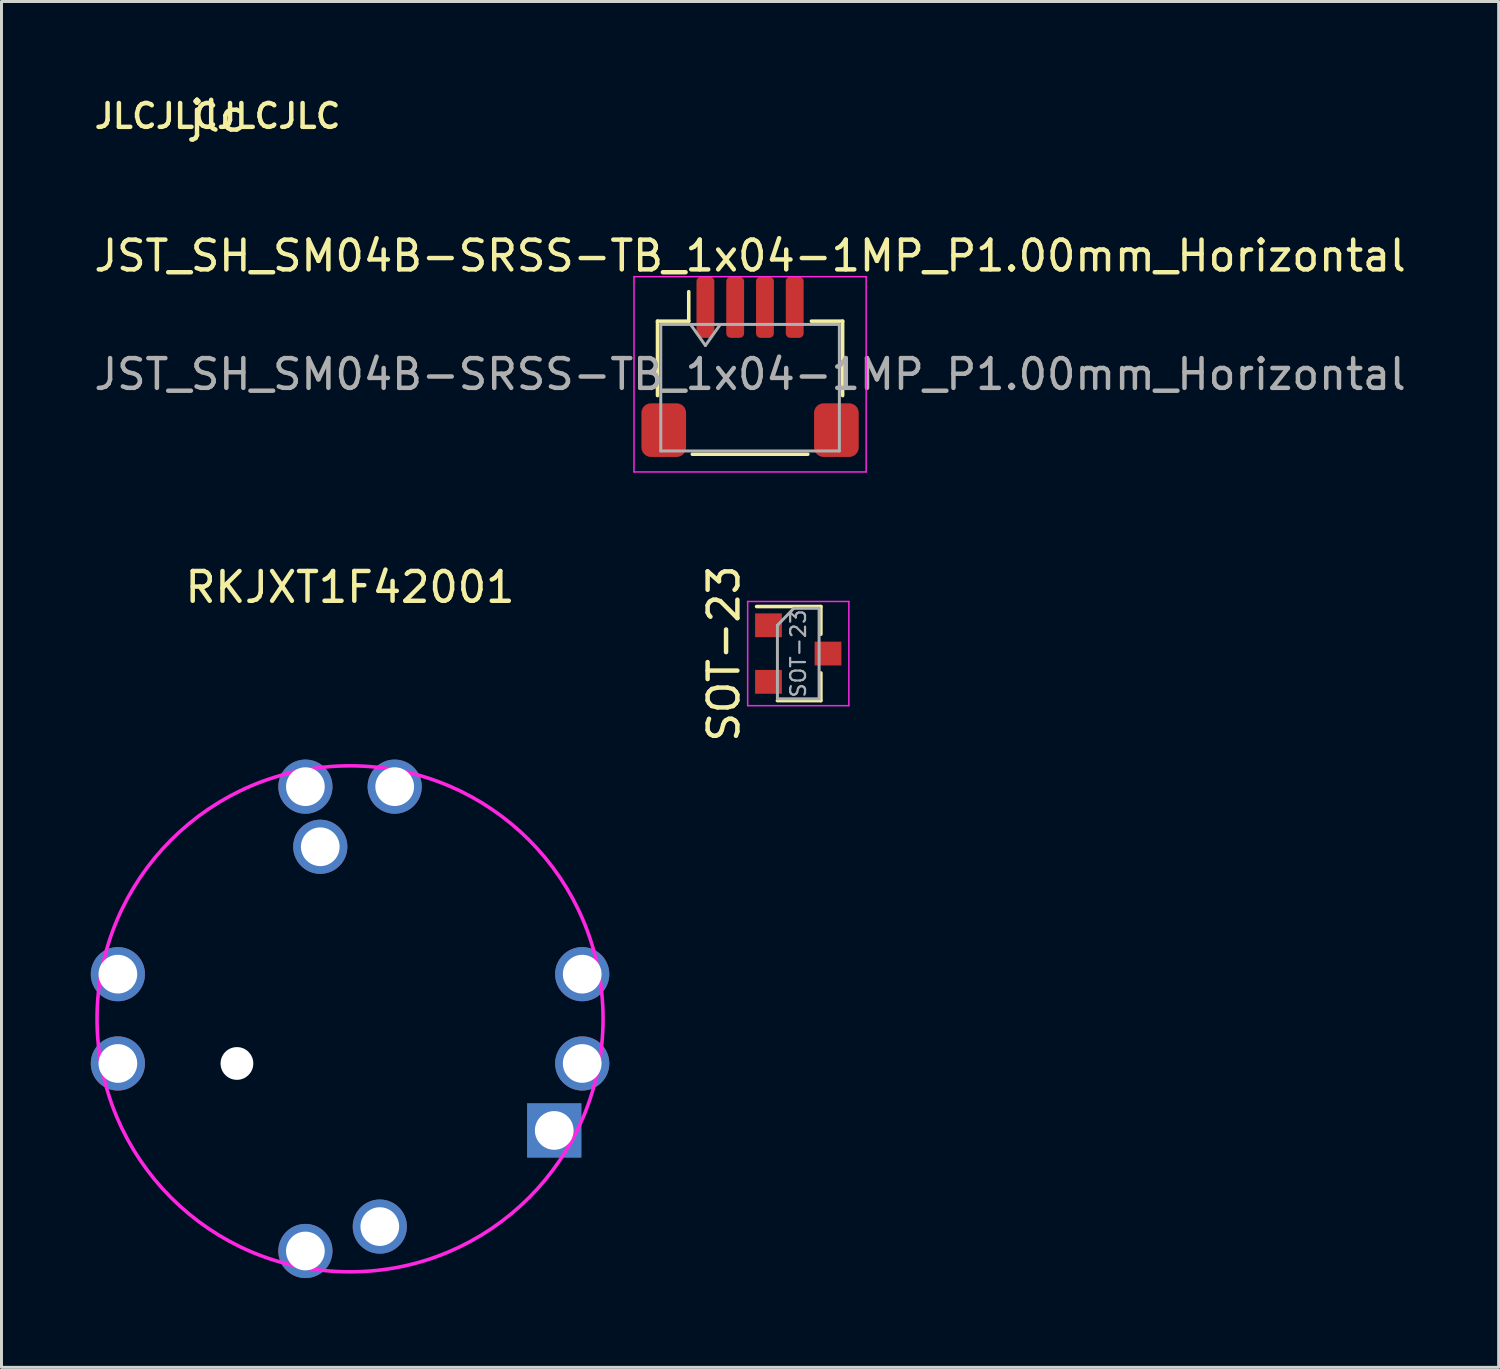
<source format=kicad_pcb>
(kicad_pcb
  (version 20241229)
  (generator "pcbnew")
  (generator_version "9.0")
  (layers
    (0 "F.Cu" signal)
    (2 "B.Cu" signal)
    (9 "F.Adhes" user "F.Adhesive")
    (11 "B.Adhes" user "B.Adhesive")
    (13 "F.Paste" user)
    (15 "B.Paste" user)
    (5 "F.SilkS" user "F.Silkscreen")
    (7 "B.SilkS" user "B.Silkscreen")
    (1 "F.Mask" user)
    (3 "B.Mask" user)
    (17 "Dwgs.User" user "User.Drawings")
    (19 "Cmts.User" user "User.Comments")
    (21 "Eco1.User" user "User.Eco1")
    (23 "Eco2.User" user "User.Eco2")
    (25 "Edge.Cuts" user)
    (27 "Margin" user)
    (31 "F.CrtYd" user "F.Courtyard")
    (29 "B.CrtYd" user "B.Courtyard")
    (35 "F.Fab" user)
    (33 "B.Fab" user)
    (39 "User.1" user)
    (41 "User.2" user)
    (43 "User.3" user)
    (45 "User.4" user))
  (footprint "jlc"
    (layer "F.Cu")
    (at 4.259 0.848)
    (property "Reference" "jlc" (at 0 0 0) (layer "F.SilkS") (effects (font (size 1 1) (thickness 0.15))))
    (attr through_hole)
    (fp_text user "JLCJLCJLCJLC" (at 0 0 0) (layer "F.SilkS") (effects (font (size 0.8 0.8) (thickness 0.15)))))
  (footprint "JST_SH_SM04B-SRSS-TB_1x04-1MP_P1.00mm_Horizontal"
    (layer "F.Cu")
    (at 22.149 9.525)
    (property "Reference" "JST_SH_SM04B-SRSS-TB_1x04-1MP_P1.00mm_Horizontal" (at 0 -3.98 0) (layer "F.SilkS") (effects (font (size 1 1) (thickness 0.15))))
    (attr smd)
    (fp_line (start -3.11 -1.785) (end -2.06 -1.785) (stroke (width 0.12) (type solid)) (layer "F.SilkS"))
    (fp_line (start -3.11 0.715) (end -3.11 -1.785) (stroke (width 0.12) (type solid)) (layer "F.SilkS"))
    (fp_line (start -2.06 -1.785) (end -2.06 -2.775) (stroke (width 0.12) (type solid)) (layer "F.SilkS"))
    (fp_line (start -1.94 2.685) (end 1.94 2.685) (stroke (width 0.12) (type solid)) (layer "F.SilkS"))
    (fp_line (start 3.11 -1.785) (end 2.06 -1.785) (stroke (width 0.12) (type solid)) (layer "F.SilkS"))
    (fp_line (start 3.11 0.715) (end 3.11 -1.785) (stroke (width 0.12) (type solid)) (layer "F.SilkS"))
    (fp_line (start -3.9 -3.28) (end -3.9 3.28) (stroke (width 0.05) (type solid)) (layer "F.CrtYd"))
    (fp_line (start -3.9 3.28) (end 3.9 3.28) (stroke (width 0.05) (type solid)) (layer "F.CrtYd"))
    (fp_line (start 3.9 -3.28) (end -3.9 -3.28) (stroke (width 0.05) (type solid)) (layer "F.CrtYd"))
    (fp_line (start 3.9 3.28) (end 3.9 -3.28) (stroke (width 0.05) (type solid)) (layer "F.CrtYd"))
    (fp_line (start -3 -1.675) (end -3 2.575) (stroke (width 0.1) (type solid)) (layer "F.Fab"))
    (fp_line (start -3 -1.675) (end 3 -1.675) (stroke (width 0.1) (type solid)) (layer "F.Fab"))
    (fp_line (start -3 2.575) (end 3 2.575) (stroke (width 0.1) (type solid)) (layer "F.Fab"))
    (fp_line (start -2 -1.675) (end -1.5 -0.968) (stroke (width 0.1) (type solid)) (layer "F.Fab"))
    (fp_line (start -1.5 -0.968) (end -1 -1.675) (stroke (width 0.1) (type solid)) (layer "F.Fab"))
    (fp_line (start 3 -1.675) (end 3 2.575) (stroke (width 0.1) (type solid)) (layer "F.Fab"))
    (fp_text user "${REFERENCE}" (at 0 0 0) (layer "F.Fab") (effects (font (size 1 1) (thickness 0.15))))
    (pad "1" smd roundrect (at -1.5 -2.25) (size 0.6 2.05) (layers "F.Cu" "F.Mask" "F.Paste") (roundrect_rratio 0.25))
    (pad "2" smd roundrect (at -0.5 -2.25) (size 0.6 2.05) (layers "F.Cu" "F.Mask" "F.Paste") (roundrect_rratio 0.25))
    (pad "3" smd roundrect (at 0.5 -2.25) (size 0.6 2.05) (layers "F.Cu" "F.Mask" "F.Paste") (roundrect_rratio 0.25))
    (pad "4" smd roundrect (at 1.5 -2.25) (size 0.6 2.05) (layers "F.Cu" "F.Mask" "F.Paste") (roundrect_rratio 0.25))
    (pad "MP" smd roundrect (at -2.9 1.875) (size 1.5 1.8) (layers "F.Cu" "F.Mask" "F.Paste") (roundrect_rratio 0.208))
    (pad "MP" smd roundrect (at 2.9 1.875) (size 1.5 1.8) (layers "F.Cu" "F.Mask" "F.Paste") (roundrect_rratio 0.208)))
  (footprint "RKJXT1F42001"
    (layer "F.Cu")
    (at 8.71 31.178)
    (property "Reference" "RKJXT1F42001" (at 0 -14.5 0) (layer "F.SilkS") (effects (font (size 1 1) (thickness 0.15))))
    (attr through_hole)
    (fp_circle (center 0 0) (end 8.5 0) (stroke (width 0.12) (type solid)) (fill no) (layer "F.CrtYd"))
    (pad "" np_thru_hole circle (at -3.8 1.5) (size 1.1 1.1) (drill 1.1) (layers "*.Cu" "*.Mask"))
    (pad "1" thru_hole circle (at -1.5 7.8) (size 1.82 1.82) (drill 1.3) (layers "*.Cu" "B.Mask"))
    (pad "2" thru_hole circle (at 7.8 1.5) (size 1.82 1.82) (drill 1.3) (layers "*.Cu" "B.Mask"))
    (pad "3" thru_hole circle (at 1.5 -7.8) (size 1.82 1.82) (drill 1.3) (layers "*.Cu" "B.Mask"))
    (pad "4" thru_hole circle (at -7.8 -1.5) (size 1.82 1.82) (drill 1.3) (layers "*.Cu" "B.Mask"))
    (pad "5" thru_hole circle (at -7.8 1.5) (size 1.82 1.82) (drill 1.3) (layers "*.Cu" "B.Mask"))
    (pad "6" thru_hole circle (at 7.8 -1.5) (size 1.82 1.82) (drill 1.3) (layers "*.Cu" "B.Mask"))
    (pad "7" thru_hole circle (at 1 6.98) (size 1.82 1.82) (drill 1.3) (layers "*.Cu" "B.Mask"))
    (pad "8" thru_hole circle (at -1 -5.78) (size 1.82 1.82) (drill 1.3) (layers "*.Cu" "B.Mask"))
    (pad "9" thru_hole circle (at -1.5 -7.8) (size 1.82 1.82) (drill 1.3) (layers "*.Cu" "B.Mask"))
    (pad "10" thru_hole rect (at 6.86 3.75) (size 1.82 1.82) (drill 1.3) (layers "*.Cu" "B.Mask")))
  (footprint "SOT-23"
    (layer "F.Cu")
    (at 23.768 18.907)
    (property "Reference" "SOT-23" (at -2.5 0 90) (layer "F.SilkS") (effects (font (size 1 1) (thickness 0.15))))
    (attr smd)
    (fp_line (start 0.76 -1.58) (end -1.4 -1.58) (stroke (width 0.12) (type solid)) (layer "F.SilkS"))
    (fp_line (start 0.76 -1.58) (end 0.76 -0.65) (stroke (width 0.12) (type solid)) (layer "F.SilkS"))
    (fp_line (start 0.76 1.58) (end -0.7 1.58) (stroke (width 0.12) (type solid)) (layer "F.SilkS"))
    (fp_line (start 0.76 1.58) (end 0.76 0.65) (stroke (width 0.12) (type solid)) (layer "F.SilkS"))
    (fp_line (start -1.7 -1.75) (end 1.7 -1.75) (stroke (width 0.05) (type solid)) (layer "F.CrtYd"))
    (fp_line (start -1.7 1.75) (end -1.7 -1.75) (stroke (width 0.05) (type solid)) (layer "F.CrtYd"))
    (fp_line (start 1.7 -1.75) (end 1.7 1.75) (stroke (width 0.05) (type solid)) (layer "F.CrtYd"))
    (fp_line (start 1.7 1.75) (end -1.7 1.75) (stroke (width 0.05) (type solid)) (layer "F.CrtYd"))
    (fp_line (start -0.7 -0.95) (end -0.7 1.5) (stroke (width 0.1) (type solid)) (layer "F.Fab"))
    (fp_line (start -0.7 -0.95) (end -0.15 -1.52) (stroke (width 0.1) (type solid)) (layer "F.Fab"))
    (fp_line (start -0.7 1.52) (end 0.7 1.52) (stroke (width 0.1) (type solid)) (layer "F.Fab"))
    (fp_line (start -0.15 -1.52) (end 0.7 -1.52) (stroke (width 0.1) (type solid)) (layer "F.Fab"))
    (fp_line (start 0.7 -1.52) (end 0.7 1.52) (stroke (width 0.1) (type solid)) (layer "F.Fab"))
    (fp_text user "${REFERENCE}" (at 0 0 90) (layer "F.Fab") (effects (font (size 0.5 0.5) (thickness 0.075))))
    (pad "1" smd rect (at -1 -0.95) (size 0.9 0.8) (layers "F.Cu" "F.Mask" "F.Paste"))
    (pad "2" smd rect (at -1 0.95) (size 0.9 0.8) (layers "F.Cu" "F.Mask" "F.Paste"))
    (pad "3" smd rect (at 1 0) (size 0.9 0.8) (layers "F.Cu" "F.Mask" "F.Paste")))
  (gr_rect
    (start -3 -3)
    (end 47.298 42.888)
    (stroke (width 0.1) (type default))
    (fill no)
    (layer "Edge.Cuts")))
</source>
